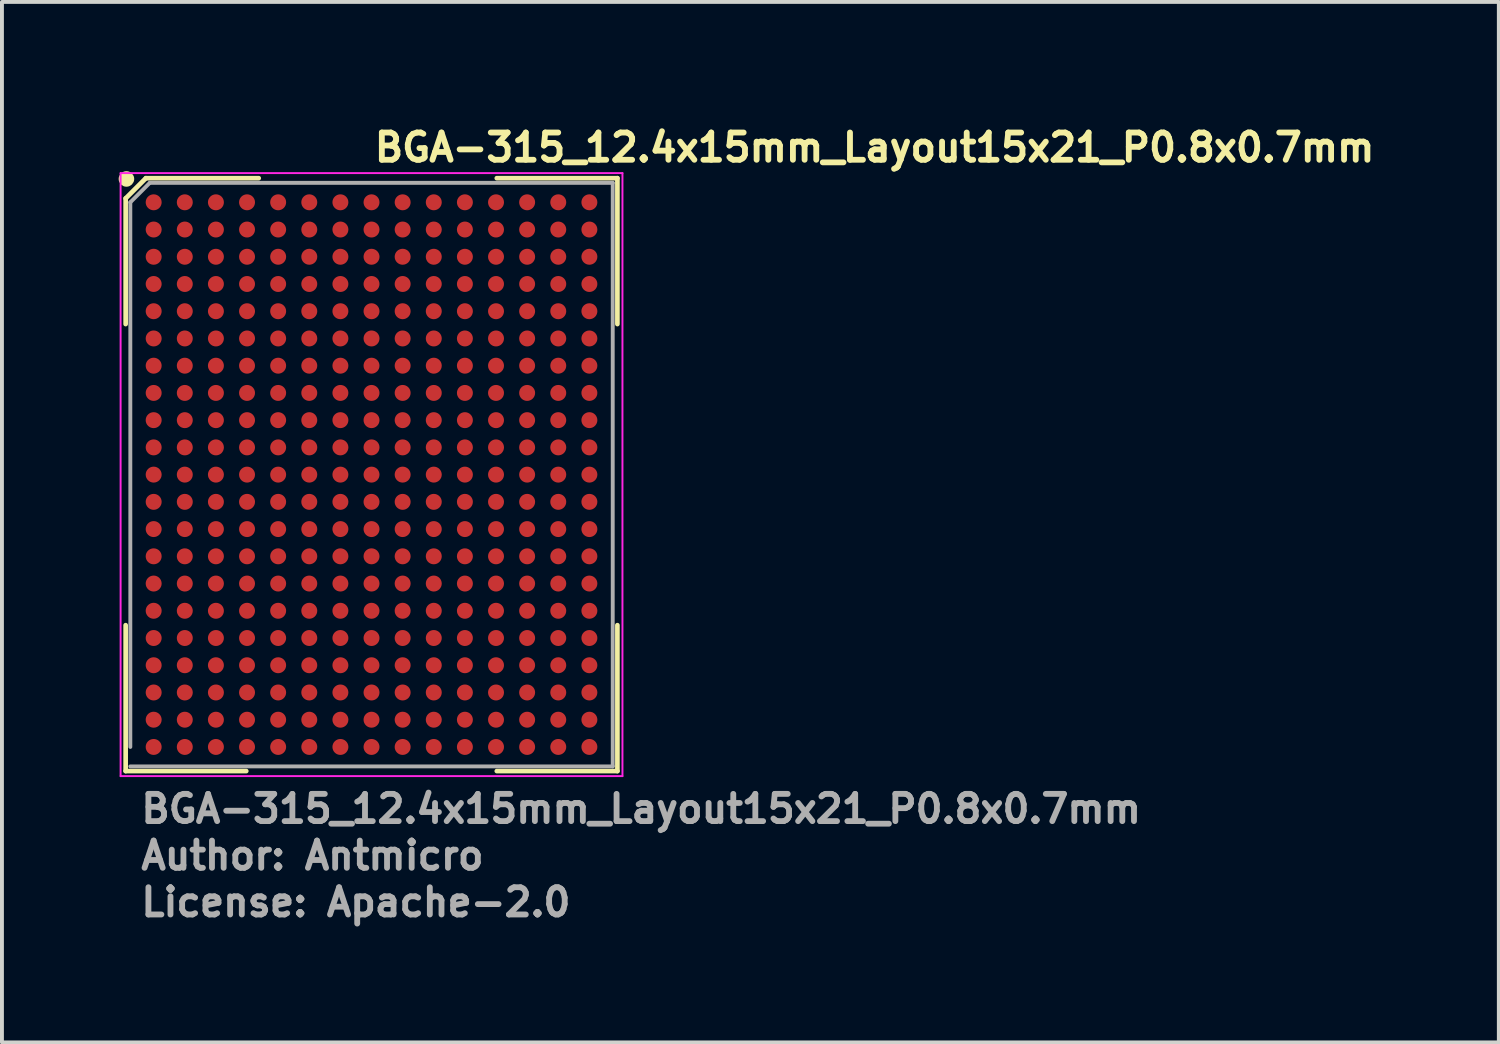
<source format=kicad_pcb>
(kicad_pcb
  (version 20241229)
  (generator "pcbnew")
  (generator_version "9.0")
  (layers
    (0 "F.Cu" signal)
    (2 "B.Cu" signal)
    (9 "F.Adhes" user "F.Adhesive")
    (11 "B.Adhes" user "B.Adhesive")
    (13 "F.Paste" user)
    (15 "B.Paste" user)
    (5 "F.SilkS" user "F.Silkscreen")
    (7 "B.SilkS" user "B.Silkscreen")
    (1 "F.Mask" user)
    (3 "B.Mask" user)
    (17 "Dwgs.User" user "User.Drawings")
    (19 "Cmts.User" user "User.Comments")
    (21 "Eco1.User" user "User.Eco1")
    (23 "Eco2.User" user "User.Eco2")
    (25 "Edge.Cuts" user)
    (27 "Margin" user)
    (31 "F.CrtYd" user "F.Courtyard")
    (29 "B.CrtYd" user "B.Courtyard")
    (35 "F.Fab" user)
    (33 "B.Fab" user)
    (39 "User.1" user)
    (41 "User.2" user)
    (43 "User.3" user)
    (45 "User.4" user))
  (footprint "BGA-315_12.4x15mm_Layout15x21_P0.8x0.7mm"
    (layer "F.Cu")
    (at 6.5 9.15)
    (property "Reference" "BGA-315_12.4x15mm_Layout15x21_P0.8x0.7mm" (at 0 -8 0) (layer "F.SilkS") (effects (font (size 0.7 0.7) (thickness 0.15)) (justify left bottom)))
    (attr smd)
    (fp_line (start -6.32 -7.1) (end -6.32 -3.87) (stroke (width 0.12) (type solid)) (layer "F.SilkS"))
    (fp_line (start -6.32 7.62) (end -6.32 3.87) (stroke (width 0.12) (type solid)) (layer "F.SilkS"))
    (fp_line (start -5.8 -7.62) (end -6.32 -7.1) (stroke (width 0.12) (type solid)) (layer "F.SilkS"))
    (fp_line (start -3.22 7.62) (end -6.32 7.62) (stroke (width 0.12) (type solid)) (layer "F.SilkS"))
    (fp_line (start -2.9 -7.62) (end -5.8 -7.62) (stroke (width 0.12) (type solid)) (layer "F.SilkS"))
    (fp_line (start 3.22 -7.62) (end 6.32 -7.62) (stroke (width 0.12) (type solid)) (layer "F.SilkS"))
    (fp_line (start 3.22 7.62) (end 6.32 7.62) (stroke (width 0.12) (type solid)) (layer "F.SilkS"))
    (fp_line (start 6.32 -7.62) (end 6.32 -3.87) (stroke (width 0.12) (type solid)) (layer "F.SilkS"))
    (fp_line (start 6.32 7.62) (end 6.32 3.87) (stroke (width 0.12) (type solid)) (layer "F.SilkS"))
    (fp_circle (center -6.3 -7.6) (end -6.3 -7.5) (stroke (width 0.2) (type solid)) (fill no) (layer "F.SilkS"))
    (fp_line (start -6.45 -7.75) (end 6.45 -7.75) (stroke (width 0.05) (type solid)) (layer "F.CrtYd"))
    (fp_line (start -6.45 7.75) (end -6.45 -7.75) (stroke (width 0.05) (type solid)) (layer "F.CrtYd"))
    (fp_line (start 6.45 -7.75) (end 6.45 7.75) (stroke (width 0.05) (type solid)) (layer "F.CrtYd"))
    (fp_line (start 6.45 7.75) (end -6.45 7.75) (stroke (width 0.05) (type solid)) (layer "F.CrtYd"))
    (fp_line (start -6.2 -7) (end -6.2 7) (stroke (width 0.1) (type solid)) (layer "F.Fab"))
    (fp_line (start -6.2 7.5) (end 6.2 7.5) (stroke (width 0.1) (type solid)) (layer "F.Fab"))
    (fp_line (start -5.7 -7.5) (end -6.2 -7) (stroke (width 0.1) (type solid)) (layer "F.Fab"))
    (fp_line (start 6.2 -7.5) (end -5.7 -7.5) (stroke (width 0.1) (type solid)) (layer "F.Fab"))
    (fp_line (start 6.2 7.5) (end 6.2 -7.5) (stroke (width 0.1) (type solid)) (layer "F.Fab"))
    (fp_line (start -6.2 -7.5) (end -6.2 7.5) (stroke (width 0.01) (type solid)) (layer "User.9"))
    (fp_line (start -6.2 -7.5) (end 6.2 -7.5) (stroke (width 0.01) (type solid)) (layer "User.9"))
    (fp_line (start -6.2 7.5) (end 6.2 7.5) (stroke (width 0.01) (type solid)) (layer "User.9"))
    (fp_line (start 6.2 -7.5) (end 6.2 7.5) (stroke (width 0.01) (type solid)) (layer "User.9"))
    (fp_text user "License: Apache-2.0" (at -6 11.4 0) (layer "F.Fab") (effects (font (size 0.7 0.7) (thickness 0.15)) (justify left bottom)))
    (fp_text user "Author: Antmicro" (at -6 10.2 0) (layer "F.Fab") (effects (font (size 0.7 0.7) (thickness 0.15)) (justify left bottom)))
    (fp_text user "${REFERENCE}" (at -6 9 0) (layer "F.Fab") (effects (font (size 0.7 0.7) (thickness 0.15)) (justify left bottom)))
    (pad "A1" smd circle (at -5.6 -7) (size 0.41 0.41) (layers "F.Cu" "F.Mask" "F.Paste"))
    (pad "A2" smd circle (at -4.8 -7) (size 0.41 0.41) (layers "F.Cu" "F.Mask" "F.Paste"))
    (pad "A3" smd circle (at -4 -7) (size 0.41 0.41) (layers "F.Cu" "F.Mask" "F.Paste"))
    (pad "A4" smd circle (at -3.2 -7) (size 0.41 0.41) (layers "F.Cu" "F.Mask" "F.Paste"))
    (pad "A5" smd circle (at -2.4 -7) (size 0.41 0.41) (layers "F.Cu" "F.Mask" "F.Paste"))
    (pad "A6" smd circle (at -1.6 -7) (size 0.41 0.41) (layers "F.Cu" "F.Mask" "F.Paste"))
    (pad "A7" smd circle (at -0.8 -7) (size 0.41 0.41) (layers "F.Cu" "F.Mask" "F.Paste"))
    (pad "A8" smd circle (at 0 -7) (size 0.41 0.41) (layers "F.Cu" "F.Mask" "F.Paste"))
    (pad "A9" smd circle (at 0.8 -7) (size 0.41 0.41) (layers "F.Cu" "F.Mask" "F.Paste"))
    (pad "A10" smd circle (at 1.6 -7) (size 0.41 0.41) (layers "F.Cu" "F.Mask" "F.Paste"))
    (pad "A11" smd circle (at 2.4 -7) (size 0.41 0.41) (layers "F.Cu" "F.Mask" "F.Paste"))
    (pad "A12" smd circle (at 3.2 -7) (size 0.41 0.41) (layers "F.Cu" "F.Mask" "F.Paste"))
    (pad "A13" smd circle (at 4 -7) (size 0.41 0.41) (layers "F.Cu" "F.Mask" "F.Paste"))
    (pad "A14" smd circle (at 4.8 -7) (size 0.41 0.41) (layers "F.Cu" "F.Mask" "F.Paste"))
    (pad "A15" smd circle (at 5.6 -7) (size 0.41 0.41) (layers "F.Cu" "F.Mask" "F.Paste"))
    (pad "AA1" smd circle (at -5.6 7) (size 0.41 0.41) (layers "F.Cu" "F.Mask" "F.Paste"))
    (pad "AA2" smd circle (at -4.8 7) (size 0.41 0.41) (layers "F.Cu" "F.Mask" "F.Paste"))
    (pad "AA3" smd circle (at -4 7) (size 0.41 0.41) (layers "F.Cu" "F.Mask" "F.Paste"))
    (pad "AA4" smd circle (at -3.2 7) (size 0.41 0.41) (layers "F.Cu" "F.Mask" "F.Paste"))
    (pad "AA5" smd circle (at -2.4 7) (size 0.41 0.41) (layers "F.Cu" "F.Mask" "F.Paste"))
    (pad "AA6" smd circle (at -1.6 7) (size 0.41 0.41) (layers "F.Cu" "F.Mask" "F.Paste"))
    (pad "AA7" smd circle (at -0.8 7) (size 0.41 0.41) (layers "F.Cu" "F.Mask" "F.Paste"))
    (pad "AA8" smd circle (at 0 7) (size 0.41 0.41) (layers "F.Cu" "F.Mask" "F.Paste"))
    (pad "AA9" smd circle (at 0.8 7) (size 0.41 0.41) (layers "F.Cu" "F.Mask" "F.Paste"))
    (pad "AA10" smd circle (at 1.6 7) (size 0.41 0.41) (layers "F.Cu" "F.Mask" "F.Paste"))
    (pad "AA11" smd circle (at 2.4 7) (size 0.41 0.41) (layers "F.Cu" "F.Mask" "F.Paste"))
    (pad "AA12" smd circle (at 3.2 7) (size 0.41 0.41) (layers "F.Cu" "F.Mask" "F.Paste"))
    (pad "AA13" smd circle (at 4 7) (size 0.41 0.41) (layers "F.Cu" "F.Mask" "F.Paste"))
    (pad "AA14" smd circle (at 4.8 7) (size 0.41 0.41) (layers "F.Cu" "F.Mask" "F.Paste"))
    (pad "AA15" smd circle (at 5.6 7) (size 0.41 0.41) (layers "F.Cu" "F.Mask" "F.Paste"))
    (pad "B1" smd circle (at -5.6 -6.3) (size 0.41 0.41) (layers "F.Cu" "F.Mask" "F.Paste"))
    (pad "B2" smd circle (at -4.8 -6.3) (size 0.41 0.41) (layers "F.Cu" "F.Mask" "F.Paste"))
    (pad "B3" smd circle (at -4 -6.3) (size 0.41 0.41) (layers "F.Cu" "F.Mask" "F.Paste"))
    (pad "B4" smd circle (at -3.2 -6.3) (size 0.41 0.41) (layers "F.Cu" "F.Mask" "F.Paste"))
    (pad "B5" smd circle (at -2.4 -6.3) (size 0.41 0.41) (layers "F.Cu" "F.Mask" "F.Paste"))
    (pad "B6" smd circle (at -1.6 -6.3) (size 0.41 0.41) (layers "F.Cu" "F.Mask" "F.Paste"))
    (pad "B7" smd circle (at -0.8 -6.3) (size 0.41 0.41) (layers "F.Cu" "F.Mask" "F.Paste"))
    (pad "B8" smd circle (at 0 -6.3) (size 0.41 0.41) (layers "F.Cu" "F.Mask" "F.Paste"))
    (pad "B9" smd circle (at 0.8 -6.3) (size 0.41 0.41) (layers "F.Cu" "F.Mask" "F.Paste"))
    (pad "B10" smd circle (at 1.6 -6.3) (size 0.41 0.41) (layers "F.Cu" "F.Mask" "F.Paste"))
    (pad "B11" smd circle (at 2.4 -6.3) (size 0.41 0.41) (layers "F.Cu" "F.Mask" "F.Paste"))
    (pad "B12" smd circle (at 3.2 -6.3) (size 0.41 0.41) (layers "F.Cu" "F.Mask" "F.Paste"))
    (pad "B13" smd circle (at 4 -6.3) (size 0.41 0.41) (layers "F.Cu" "F.Mask" "F.Paste"))
    (pad "B14" smd circle (at 4.8 -6.3) (size 0.41 0.41) (layers "F.Cu" "F.Mask" "F.Paste"))
    (pad "B15" smd circle (at 5.6 -6.3) (size 0.41 0.41) (layers "F.Cu" "F.Mask" "F.Paste"))
    (pad "C1" smd circle (at -5.6 -5.6) (size 0.41 0.41) (layers "F.Cu" "F.Mask" "F.Paste"))
    (pad "C2" smd circle (at -4.8 -5.6) (size 0.41 0.41) (layers "F.Cu" "F.Mask" "F.Paste"))
    (pad "C3" smd circle (at -4 -5.6) (size 0.41 0.41) (layers "F.Cu" "F.Mask" "F.Paste"))
    (pad "C4" smd circle (at -3.2 -5.6) (size 0.41 0.41) (layers "F.Cu" "F.Mask" "F.Paste"))
    (pad "C5" smd circle (at -2.4 -5.6) (size 0.41 0.41) (layers "F.Cu" "F.Mask" "F.Paste"))
    (pad "C6" smd circle (at -1.6 -5.6) (size 0.41 0.41) (layers "F.Cu" "F.Mask" "F.Paste"))
    (pad "C7" smd circle (at -0.8 -5.6) (size 0.41 0.41) (layers "F.Cu" "F.Mask" "F.Paste"))
    (pad "C8" smd circle (at 0 -5.6) (size 0.41 0.41) (layers "F.Cu" "F.Mask" "F.Paste"))
    (pad "C9" smd circle (at 0.8 -5.6) (size 0.41 0.41) (layers "F.Cu" "F.Mask" "F.Paste"))
    (pad "C10" smd circle (at 1.6 -5.6) (size 0.41 0.41) (layers "F.Cu" "F.Mask" "F.Paste"))
    (pad "C11" smd circle (at 2.4 -5.6) (size 0.41 0.41) (layers "F.Cu" "F.Mask" "F.Paste"))
    (pad "C12" smd circle (at 3.2 -5.6) (size 0.41 0.41) (layers "F.Cu" "F.Mask" "F.Paste"))
    (pad "C13" smd circle (at 4 -5.6) (size 0.41 0.41) (layers "F.Cu" "F.Mask" "F.Paste"))
    (pad "C14" smd circle (at 4.8 -5.6) (size 0.41 0.41) (layers "F.Cu" "F.Mask" "F.Paste"))
    (pad "C15" smd circle (at 5.6 -5.6) (size 0.41 0.41) (layers "F.Cu" "F.Mask" "F.Paste"))
    (pad "D1" smd circle (at -5.6 -4.9) (size 0.41 0.41) (layers "F.Cu" "F.Mask" "F.Paste"))
    (pad "D2" smd circle (at -4.8 -4.9) (size 0.41 0.41) (layers "F.Cu" "F.Mask" "F.Paste"))
    (pad "D3" smd circle (at -4 -4.9) (size 0.41 0.41) (layers "F.Cu" "F.Mask" "F.Paste"))
    (pad "D4" smd circle (at -3.2 -4.9) (size 0.41 0.41) (layers "F.Cu" "F.Mask" "F.Paste"))
    (pad "D5" smd circle (at -2.4 -4.9) (size 0.41 0.41) (layers "F.Cu" "F.Mask" "F.Paste"))
    (pad "D6" smd circle (at -1.6 -4.9) (size 0.41 0.41) (layers "F.Cu" "F.Mask" "F.Paste"))
    (pad "D7" smd circle (at -0.8 -4.9) (size 0.41 0.41) (layers "F.Cu" "F.Mask" "F.Paste"))
    (pad "D8" smd circle (at 0 -4.9) (size 0.41 0.41) (layers "F.Cu" "F.Mask" "F.Paste"))
    (pad "D9" smd circle (at 0.8 -4.9) (size 0.41 0.41) (layers "F.Cu" "F.Mask" "F.Paste"))
    (pad "D10" smd circle (at 1.6 -4.9) (size 0.41 0.41) (layers "F.Cu" "F.Mask" "F.Paste"))
    (pad "D11" smd circle (at 2.4 -4.9) (size 0.41 0.41) (layers "F.Cu" "F.Mask" "F.Paste"))
    (pad "D12" smd circle (at 3.2 -4.9) (size 0.41 0.41) (layers "F.Cu" "F.Mask" "F.Paste"))
    (pad "D13" smd circle (at 4 -4.9) (size 0.41 0.41) (layers "F.Cu" "F.Mask" "F.Paste"))
    (pad "D14" smd circle (at 4.8 -4.9) (size 0.41 0.41) (layers "F.Cu" "F.Mask" "F.Paste"))
    (pad "D15" smd circle (at 5.6 -4.9) (size 0.41 0.41) (layers "F.Cu" "F.Mask" "F.Paste"))
    (pad "E1" smd circle (at -5.6 -4.2) (size 0.41 0.41) (layers "F.Cu" "F.Mask" "F.Paste"))
    (pad "E2" smd circle (at -4.8 -4.2) (size 0.41 0.41) (layers "F.Cu" "F.Mask" "F.Paste"))
    (pad "E3" smd circle (at -4 -4.2) (size 0.41 0.41) (layers "F.Cu" "F.Mask" "F.Paste"))
    (pad "E4" smd circle (at -3.2 -4.2) (size 0.41 0.41) (layers "F.Cu" "F.Mask" "F.Paste"))
    (pad "E5" smd circle (at -2.4 -4.2) (size 0.41 0.41) (layers "F.Cu" "F.Mask" "F.Paste"))
    (pad "E6" smd circle (at -1.6 -4.2) (size 0.41 0.41) (layers "F.Cu" "F.Mask" "F.Paste"))
    (pad "E7" smd circle (at -0.8 -4.2) (size 0.41 0.41) (layers "F.Cu" "F.Mask" "F.Paste"))
    (pad "E8" smd circle (at 0 -4.2) (size 0.41 0.41) (layers "F.Cu" "F.Mask" "F.Paste"))
    (pad "E9" smd circle (at 0.8 -4.2) (size 0.41 0.41) (layers "F.Cu" "F.Mask" "F.Paste"))
    (pad "E10" smd circle (at 1.6 -4.2) (size 0.41 0.41) (layers "F.Cu" "F.Mask" "F.Paste"))
    (pad "E11" smd circle (at 2.4 -4.2) (size 0.41 0.41) (layers "F.Cu" "F.Mask" "F.Paste"))
    (pad "E12" smd circle (at 3.2 -4.2) (size 0.41 0.41) (layers "F.Cu" "F.Mask" "F.Paste"))
    (pad "E13" smd circle (at 4 -4.2) (size 0.41 0.41) (layers "F.Cu" "F.Mask" "F.Paste"))
    (pad "E14" smd circle (at 4.8 -4.2) (size 0.41 0.41) (layers "F.Cu" "F.Mask" "F.Paste"))
    (pad "E15" smd circle (at 5.6 -4.2) (size 0.41 0.41) (layers "F.Cu" "F.Mask" "F.Paste"))
    (pad "F1" smd circle (at -5.6 -3.5) (size 0.41 0.41) (layers "F.Cu" "F.Mask" "F.Paste"))
    (pad "F2" smd circle (at -4.8 -3.5) (size 0.41 0.41) (layers "F.Cu" "F.Mask" "F.Paste"))
    (pad "F3" smd circle (at -4 -3.5) (size 0.41 0.41) (layers "F.Cu" "F.Mask" "F.Paste"))
    (pad "F4" smd circle (at -3.2 -3.5) (size 0.41 0.41) (layers "F.Cu" "F.Mask" "F.Paste"))
    (pad "F5" smd circle (at -2.4 -3.5) (size 0.41 0.41) (layers "F.Cu" "F.Mask" "F.Paste"))
    (pad "F6" smd circle (at -1.6 -3.5) (size 0.41 0.41) (layers "F.Cu" "F.Mask" "F.Paste"))
    (pad "F7" smd circle (at -0.8 -3.5) (size 0.41 0.41) (layers "F.Cu" "F.Mask" "F.Paste"))
    (pad "F8" smd circle (at 0 -3.5) (size 0.41 0.41) (layers "F.Cu" "F.Mask" "F.Paste"))
    (pad "F9" smd circle (at 0.8 -3.5) (size 0.41 0.41) (layers "F.Cu" "F.Mask" "F.Paste"))
    (pad "F10" smd circle (at 1.6 -3.5) (size 0.41 0.41) (layers "F.Cu" "F.Mask" "F.Paste"))
    (pad "F11" smd circle (at 2.4 -3.5) (size 0.41 0.41) (layers "F.Cu" "F.Mask" "F.Paste"))
    (pad "F12" smd circle (at 3.2 -3.5) (size 0.41 0.41) (layers "F.Cu" "F.Mask" "F.Paste"))
    (pad "F13" smd circle (at 4 -3.5) (size 0.41 0.41) (layers "F.Cu" "F.Mask" "F.Paste"))
    (pad "F14" smd circle (at 4.8 -3.5) (size 0.41 0.41) (layers "F.Cu" "F.Mask" "F.Paste"))
    (pad "F15" smd circle (at 5.6 -3.5) (size 0.41 0.41) (layers "F.Cu" "F.Mask" "F.Paste"))
    (pad "G1" smd circle (at -5.6 -2.8) (size 0.41 0.41) (layers "F.Cu" "F.Mask" "F.Paste"))
    (pad "G2" smd circle (at -4.8 -2.8) (size 0.41 0.41) (layers "F.Cu" "F.Mask" "F.Paste"))
    (pad "G3" smd circle (at -4 -2.8) (size 0.41 0.41) (layers "F.Cu" "F.Mask" "F.Paste"))
    (pad "G4" smd circle (at -3.2 -2.8) (size 0.41 0.41) (layers "F.Cu" "F.Mask" "F.Paste"))
    (pad "G5" smd circle (at -2.4 -2.8) (size 0.41 0.41) (layers "F.Cu" "F.Mask" "F.Paste"))
    (pad "G6" smd circle (at -1.6 -2.8) (size 0.41 0.41) (layers "F.Cu" "F.Mask" "F.Paste"))
    (pad "G7" smd circle (at -0.8 -2.8) (size 0.41 0.41) (layers "F.Cu" "F.Mask" "F.Paste"))
    (pad "G8" smd circle (at 0 -2.8) (size 0.41 0.41) (layers "F.Cu" "F.Mask" "F.Paste"))
    (pad "G9" smd circle (at 0.8 -2.8) (size 0.41 0.41) (layers "F.Cu" "F.Mask" "F.Paste"))
    (pad "G10" smd circle (at 1.6 -2.8) (size 0.41 0.41) (layers "F.Cu" "F.Mask" "F.Paste"))
    (pad "G11" smd circle (at 2.4 -2.8) (size 0.41 0.41) (layers "F.Cu" "F.Mask" "F.Paste"))
    (pad "G12" smd circle (at 3.2 -2.8) (size 0.41 0.41) (layers "F.Cu" "F.Mask" "F.Paste"))
    (pad "G13" smd circle (at 4 -2.8) (size 0.41 0.41) (layers "F.Cu" "F.Mask" "F.Paste"))
    (pad "G14" smd circle (at 4.8 -2.8) (size 0.41 0.41) (layers "F.Cu" "F.Mask" "F.Paste"))
    (pad "G15" smd circle (at 5.6 -2.8) (size 0.41 0.41) (layers "F.Cu" "F.Mask" "F.Paste"))
    (pad "H1" smd circle (at -5.6 -2.1) (size 0.41 0.41) (layers "F.Cu" "F.Mask" "F.Paste"))
    (pad "H2" smd circle (at -4.8 -2.1) (size 0.41 0.41) (layers "F.Cu" "F.Mask" "F.Paste"))
    (pad "H3" smd circle (at -4 -2.1) (size 0.41 0.41) (layers "F.Cu" "F.Mask" "F.Paste"))
    (pad "H4" smd circle (at -3.2 -2.1) (size 0.41 0.41) (layers "F.Cu" "F.Mask" "F.Paste"))
    (pad "H5" smd circle (at -2.4 -2.1) (size 0.41 0.41) (layers "F.Cu" "F.Mask" "F.Paste"))
    (pad "H6" smd circle (at -1.6 -2.1) (size 0.41 0.41) (layers "F.Cu" "F.Mask" "F.Paste"))
    (pad "H7" smd circle (at -0.8 -2.1) (size 0.41 0.41) (layers "F.Cu" "F.Mask" "F.Paste"))
    (pad "H8" smd circle (at 0 -2.1) (size 0.41 0.41) (layers "F.Cu" "F.Mask" "F.Paste"))
    (pad "H9" smd circle (at 0.8 -2.1) (size 0.41 0.41) (layers "F.Cu" "F.Mask" "F.Paste"))
    (pad "H10" smd circle (at 1.6 -2.1) (size 0.41 0.41) (layers "F.Cu" "F.Mask" "F.Paste"))
    (pad "H11" smd circle (at 2.4 -2.1) (size 0.41 0.41) (layers "F.Cu" "F.Mask" "F.Paste"))
    (pad "H12" smd circle (at 3.2 -2.1) (size 0.41 0.41) (layers "F.Cu" "F.Mask" "F.Paste"))
    (pad "H13" smd circle (at 4 -2.1) (size 0.41 0.41) (layers "F.Cu" "F.Mask" "F.Paste"))
    (pad "H14" smd circle (at 4.8 -2.1) (size 0.41 0.41) (layers "F.Cu" "F.Mask" "F.Paste"))
    (pad "H15" smd circle (at 5.6 -2.1) (size 0.41 0.41) (layers "F.Cu" "F.Mask" "F.Paste"))
    (pad "J1" smd circle (at -5.6 -1.4) (size 0.41 0.41) (layers "F.Cu" "F.Mask" "F.Paste"))
    (pad "J2" smd circle (at -4.8 -1.4) (size 0.41 0.41) (layers "F.Cu" "F.Mask" "F.Paste"))
    (pad "J3" smd circle (at -4 -1.4) (size 0.41 0.41) (layers "F.Cu" "F.Mask" "F.Paste"))
    (pad "J4" smd circle (at -3.2 -1.4) (size 0.41 0.41) (layers "F.Cu" "F.Mask" "F.Paste"))
    (pad "J5" smd circle (at -2.4 -1.4) (size 0.41 0.41) (layers "F.Cu" "F.Mask" "F.Paste"))
    (pad "J6" smd circle (at -1.6 -1.4) (size 0.41 0.41) (layers "F.Cu" "F.Mask" "F.Paste"))
    (pad "J7" smd circle (at -0.8 -1.4) (size 0.41 0.41) (layers "F.Cu" "F.Mask" "F.Paste"))
    (pad "J8" smd circle (at 0 -1.4) (size 0.41 0.41) (layers "F.Cu" "F.Mask" "F.Paste"))
    (pad "J9" smd circle (at 0.8 -1.4) (size 0.41 0.41) (layers "F.Cu" "F.Mask" "F.Paste"))
    (pad "J10" smd circle (at 1.6 -1.4) (size 0.41 0.41) (layers "F.Cu" "F.Mask" "F.Paste"))
    (pad "J11" smd circle (at 2.4 -1.4) (size 0.41 0.41) (layers "F.Cu" "F.Mask" "F.Paste"))
    (pad "J12" smd circle (at 3.2 -1.4) (size 0.41 0.41) (layers "F.Cu" "F.Mask" "F.Paste"))
    (pad "J13" smd circle (at 4 -1.4) (size 0.41 0.41) (layers "F.Cu" "F.Mask" "F.Paste"))
    (pad "J14" smd circle (at 4.8 -1.4) (size 0.41 0.41) (layers "F.Cu" "F.Mask" "F.Paste"))
    (pad "J15" smd circle (at 5.6 -1.4) (size 0.41 0.41) (layers "F.Cu" "F.Mask" "F.Paste"))
    (pad "K1" smd circle (at -5.6 -0.7) (size 0.41 0.41) (layers "F.Cu" "F.Mask" "F.Paste"))
    (pad "K2" smd circle (at -4.8 -0.7) (size 0.41 0.41) (layers "F.Cu" "F.Mask" "F.Paste"))
    (pad "K3" smd circle (at -4 -0.7) (size 0.41 0.41) (layers "F.Cu" "F.Mask" "F.Paste"))
    (pad "K4" smd circle (at -3.2 -0.7) (size 0.41 0.41) (layers "F.Cu" "F.Mask" "F.Paste"))
    (pad "K5" smd circle (at -2.4 -0.7) (size 0.41 0.41) (layers "F.Cu" "F.Mask" "F.Paste"))
    (pad "K6" smd circle (at -1.6 -0.7) (size 0.41 0.41) (layers "F.Cu" "F.Mask" "F.Paste"))
    (pad "K7" smd circle (at -0.8 -0.7) (size 0.41 0.41) (layers "F.Cu" "F.Mask" "F.Paste"))
    (pad "K8" smd circle (at 0 -0.7) (size 0.41 0.41) (layers "F.Cu" "F.Mask" "F.Paste"))
    (pad "K9" smd circle (at 0.8 -0.7) (size 0.41 0.41) (layers "F.Cu" "F.Mask" "F.Paste"))
    (pad "K10" smd circle (at 1.6 -0.7) (size 0.41 0.41) (layers "F.Cu" "F.Mask" "F.Paste"))
    (pad "K11" smd circle (at 2.4 -0.7) (size 0.41 0.41) (layers "F.Cu" "F.Mask" "F.Paste"))
    (pad "K12" smd circle (at 3.2 -0.7) (size 0.41 0.41) (layers "F.Cu" "F.Mask" "F.Paste"))
    (pad "K13" smd circle (at 4 -0.7) (size 0.41 0.41) (layers "F.Cu" "F.Mask" "F.Paste"))
    (pad "K14" smd circle (at 4.8 -0.7) (size 0.41 0.41) (layers "F.Cu" "F.Mask" "F.Paste"))
    (pad "K15" smd circle (at 5.6 -0.7) (size 0.41 0.41) (layers "F.Cu" "F.Mask" "F.Paste"))
    (pad "L1" smd circle (at -5.6 0) (size 0.41 0.41) (layers "F.Cu" "F.Mask" "F.Paste"))
    (pad "L2" smd circle (at -4.8 0) (size 0.41 0.41) (layers "F.Cu" "F.Mask" "F.Paste"))
    (pad "L3" smd circle (at -4 0) (size 0.41 0.41) (layers "F.Cu" "F.Mask" "F.Paste"))
    (pad "L4" smd circle (at -3.2 0) (size 0.41 0.41) (layers "F.Cu" "F.Mask" "F.Paste"))
    (pad "L5" smd circle (at -2.4 0) (size 0.41 0.41) (layers "F.Cu" "F.Mask" "F.Paste"))
    (pad "L6" smd circle (at -1.6 0) (size 0.41 0.41) (layers "F.Cu" "F.Mask" "F.Paste"))
    (pad "L7" smd circle (at -0.8 0) (size 0.41 0.41) (layers "F.Cu" "F.Mask" "F.Paste"))
    (pad "L8" smd circle (at 0 0) (size 0.41 0.41) (layers "F.Cu" "F.Mask" "F.Paste"))
    (pad "L9" smd circle (at 0.8 0) (size 0.41 0.41) (layers "F.Cu" "F.Mask" "F.Paste"))
    (pad "L10" smd circle (at 1.6 0) (size 0.41 0.41) (layers "F.Cu" "F.Mask" "F.Paste"))
    (pad "L11" smd circle (at 2.4 0) (size 0.41 0.41) (layers "F.Cu" "F.Mask" "F.Paste"))
    (pad "L12" smd circle (at 3.2 0) (size 0.41 0.41) (layers "F.Cu" "F.Mask" "F.Paste"))
    (pad "L13" smd circle (at 4 0) (size 0.41 0.41) (layers "F.Cu" "F.Mask" "F.Paste"))
    (pad "L14" smd circle (at 4.8 0) (size 0.41 0.41) (layers "F.Cu" "F.Mask" "F.Paste"))
    (pad "L15" smd circle (at 5.6 0) (size 0.41 0.41) (layers "F.Cu" "F.Mask" "F.Paste"))
    (pad "M1" smd circle (at -5.6 0.7) (size 0.41 0.41) (layers "F.Cu" "F.Mask" "F.Paste"))
    (pad "M2" smd circle (at -4.8 0.7) (size 0.41 0.41) (layers "F.Cu" "F.Mask" "F.Paste"))
    (pad "M3" smd circle (at -4 0.7) (size 0.41 0.41) (layers "F.Cu" "F.Mask" "F.Paste"))
    (pad "M4" smd circle (at -3.2 0.7) (size 0.41 0.41) (layers "F.Cu" "F.Mask" "F.Paste"))
    (pad "M5" smd circle (at -2.4 0.7) (size 0.41 0.41) (layers "F.Cu" "F.Mask" "F.Paste"))
    (pad "M6" smd circle (at -1.6 0.7) (size 0.41 0.41) (layers "F.Cu" "F.Mask" "F.Paste"))
    (pad "M7" smd circle (at -0.8 0.7) (size 0.41 0.41) (layers "F.Cu" "F.Mask" "F.Paste"))
    (pad "M8" smd circle (at 0 0.7) (size 0.41 0.41) (layers "F.Cu" "F.Mask" "F.Paste"))
    (pad "M9" smd circle (at 0.8 0.7) (size 0.41 0.41) (layers "F.Cu" "F.Mask" "F.Paste"))
    (pad "M10" smd circle (at 1.6 0.7) (size 0.41 0.41) (layers "F.Cu" "F.Mask" "F.Paste"))
    (pad "M11" smd circle (at 2.4 0.7) (size 0.41 0.41) (layers "F.Cu" "F.Mask" "F.Paste"))
    (pad "M12" smd circle (at 3.2 0.7) (size 0.41 0.41) (layers "F.Cu" "F.Mask" "F.Paste"))
    (pad "M13" smd circle (at 4 0.7) (size 0.41 0.41) (layers "F.Cu" "F.Mask" "F.Paste"))
    (pad "M14" smd circle (at 4.8 0.7) (size 0.41 0.41) (layers "F.Cu" "F.Mask" "F.Paste"))
    (pad "M15" smd circle (at 5.6 0.7) (size 0.41 0.41) (layers "F.Cu" "F.Mask" "F.Paste"))
    (pad "N1" smd circle (at -5.6 1.4) (size 0.41 0.41) (layers "F.Cu" "F.Mask" "F.Paste"))
    (pad "N2" smd circle (at -4.8 1.4) (size 0.41 0.41) (layers "F.Cu" "F.Mask" "F.Paste"))
    (pad "N3" smd circle (at -4 1.4) (size 0.41 0.41) (layers "F.Cu" "F.Mask" "F.Paste"))
    (pad "N4" smd circle (at -3.2 1.4) (size 0.41 0.41) (layers "F.Cu" "F.Mask" "F.Paste"))
    (pad "N5" smd circle (at -2.4 1.4) (size 0.41 0.41) (layers "F.Cu" "F.Mask" "F.Paste"))
    (pad "N6" smd circle (at -1.6 1.4) (size 0.41 0.41) (layers "F.Cu" "F.Mask" "F.Paste"))
    (pad "N7" smd circle (at -0.8 1.4) (size 0.41 0.41) (layers "F.Cu" "F.Mask" "F.Paste"))
    (pad "N8" smd circle (at 0 1.4) (size 0.41 0.41) (layers "F.Cu" "F.Mask" "F.Paste"))
    (pad "N9" smd circle (at 0.8 1.4) (size 0.41 0.41) (layers "F.Cu" "F.Mask" "F.Paste"))
    (pad "N10" smd circle (at 1.6 1.4) (size 0.41 0.41) (layers "F.Cu" "F.Mask" "F.Paste"))
    (pad "N11" smd circle (at 2.4 1.4) (size 0.41 0.41) (layers "F.Cu" "F.Mask" "F.Paste"))
    (pad "N12" smd circle (at 3.2 1.4) (size 0.41 0.41) (layers "F.Cu" "F.Mask" "F.Paste"))
    (pad "N13" smd circle (at 4 1.4) (size 0.41 0.41) (layers "F.Cu" "F.Mask" "F.Paste"))
    (pad "N14" smd circle (at 4.8 1.4) (size 0.41 0.41) (layers "F.Cu" "F.Mask" "F.Paste"))
    (pad "N15" smd circle (at 5.6 1.4) (size 0.41 0.41) (layers "F.Cu" "F.Mask" "F.Paste"))
    (pad "P1" smd circle (at -5.6 2.1) (size 0.41 0.41) (layers "F.Cu" "F.Mask" "F.Paste"))
    (pad "P2" smd circle (at -4.8 2.1) (size 0.41 0.41) (layers "F.Cu" "F.Mask" "F.Paste"))
    (pad "P3" smd circle (at -4 2.1) (size 0.41 0.41) (layers "F.Cu" "F.Mask" "F.Paste"))
    (pad "P4" smd circle (at -3.2 2.1) (size 0.41 0.41) (layers "F.Cu" "F.Mask" "F.Paste"))
    (pad "P5" smd circle (at -2.4 2.1) (size 0.41 0.41) (layers "F.Cu" "F.Mask" "F.Paste"))
    (pad "P6" smd circle (at -1.6 2.1) (size 0.41 0.41) (layers "F.Cu" "F.Mask" "F.Paste"))
    (pad "P7" smd circle (at -0.8 2.1) (size 0.41 0.41) (layers "F.Cu" "F.Mask" "F.Paste"))
    (pad "P8" smd circle (at 0 2.1) (size 0.41 0.41) (layers "F.Cu" "F.Mask" "F.Paste"))
    (pad "P9" smd circle (at 0.8 2.1) (size 0.41 0.41) (layers "F.Cu" "F.Mask" "F.Paste"))
    (pad "P10" smd circle (at 1.6 2.1) (size 0.41 0.41) (layers "F.Cu" "F.Mask" "F.Paste"))
    (pad "P11" smd circle (at 2.4 2.1) (size 0.41 0.41) (layers "F.Cu" "F.Mask" "F.Paste"))
    (pad "P12" smd circle (at 3.2 2.1) (size 0.41 0.41) (layers "F.Cu" "F.Mask" "F.Paste"))
    (pad "P13" smd circle (at 4 2.1) (size 0.41 0.41) (layers "F.Cu" "F.Mask" "F.Paste"))
    (pad "P14" smd circle (at 4.8 2.1) (size 0.41 0.41) (layers "F.Cu" "F.Mask" "F.Paste"))
    (pad "P15" smd circle (at 5.6 2.1) (size 0.41 0.41) (layers "F.Cu" "F.Mask" "F.Paste"))
    (pad "R1" smd circle (at -5.6 2.8) (size 0.41 0.41) (layers "F.Cu" "F.Mask" "F.Paste"))
    (pad "R2" smd circle (at -4.8 2.8) (size 0.41 0.41) (layers "F.Cu" "F.Mask" "F.Paste"))
    (pad "R3" smd circle (at -4 2.8) (size 0.41 0.41) (layers "F.Cu" "F.Mask" "F.Paste"))
    (pad "R4" smd circle (at -3.2 2.8) (size 0.41 0.41) (layers "F.Cu" "F.Mask" "F.Paste"))
    (pad "R5" smd circle (at -2.4 2.8) (size 0.41 0.41) (layers "F.Cu" "F.Mask" "F.Paste"))
    (pad "R6" smd circle (at -1.6 2.8) (size 0.41 0.41) (layers "F.Cu" "F.Mask" "F.Paste"))
    (pad "R7" smd circle (at -0.8 2.8) (size 0.41 0.41) (layers "F.Cu" "F.Mask" "F.Paste"))
    (pad "R8" smd circle (at 0 2.8) (size 0.41 0.41) (layers "F.Cu" "F.Mask" "F.Paste"))
    (pad "R9" smd circle (at 0.8 2.8) (size 0.41 0.41) (layers "F.Cu" "F.Mask" "F.Paste"))
    (pad "R10" smd circle (at 1.6 2.8) (size 0.41 0.41) (layers "F.Cu" "F.Mask" "F.Paste"))
    (pad "R11" smd circle (at 2.4 2.8) (size 0.41 0.41) (layers "F.Cu" "F.Mask" "F.Paste"))
    (pad "R12" smd circle (at 3.2 2.8) (size 0.41 0.41) (layers "F.Cu" "F.Mask" "F.Paste"))
    (pad "R13" smd circle (at 4 2.8) (size 0.41 0.41) (layers "F.Cu" "F.Mask" "F.Paste"))
    (pad "R14" smd circle (at 4.8 2.8) (size 0.41 0.41) (layers "F.Cu" "F.Mask" "F.Paste"))
    (pad "R15" smd circle (at 5.6 2.8) (size 0.41 0.41) (layers "F.Cu" "F.Mask" "F.Paste"))
    (pad "T1" smd circle (at -5.6 3.5) (size 0.41 0.41) (layers "F.Cu" "F.Mask" "F.Paste"))
    (pad "T2" smd circle (at -4.8 3.5) (size 0.41 0.41) (layers "F.Cu" "F.Mask" "F.Paste"))
    (pad "T3" smd circle (at -4 3.5) (size 0.41 0.41) (layers "F.Cu" "F.Mask" "F.Paste"))
    (pad "T4" smd circle (at -3.2 3.5) (size 0.41 0.41) (layers "F.Cu" "F.Mask" "F.Paste"))
    (pad "T5" smd circle (at -2.4 3.5) (size 0.41 0.41) (layers "F.Cu" "F.Mask" "F.Paste"))
    (pad "T6" smd circle (at -1.6 3.5) (size 0.41 0.41) (layers "F.Cu" "F.Mask" "F.Paste"))
    (pad "T7" smd circle (at -0.8 3.5) (size 0.41 0.41) (layers "F.Cu" "F.Mask" "F.Paste"))
    (pad "T8" smd circle (at 0 3.5) (size 0.41 0.41) (layers "F.Cu" "F.Mask" "F.Paste"))
    (pad "T9" smd circle (at 0.8 3.5) (size 0.41 0.41) (layers "F.Cu" "F.Mask" "F.Paste"))
    (pad "T10" smd circle (at 1.6 3.5) (size 0.41 0.41) (layers "F.Cu" "F.Mask" "F.Paste"))
    (pad "T11" smd circle (at 2.4 3.5) (size 0.41 0.41) (layers "F.Cu" "F.Mask" "F.Paste"))
    (pad "T12" smd circle (at 3.2 3.5) (size 0.41 0.41) (layers "F.Cu" "F.Mask" "F.Paste"))
    (pad "T13" smd circle (at 4 3.5) (size 0.41 0.41) (layers "F.Cu" "F.Mask" "F.Paste"))
    (pad "T14" smd circle (at 4.8 3.5) (size 0.41 0.41) (layers "F.Cu" "F.Mask" "F.Paste"))
    (pad "T15" smd circle (at 5.6 3.5) (size 0.41 0.41) (layers "F.Cu" "F.Mask" "F.Paste"))
    (pad "U1" smd circle (at -5.6 4.2) (size 0.41 0.41) (layers "F.Cu" "F.Mask" "F.Paste"))
    (pad "U2" smd circle (at -4.8 4.2) (size 0.41 0.41) (layers "F.Cu" "F.Mask" "F.Paste"))
    (pad "U3" smd circle (at -4 4.2) (size 0.41 0.41) (layers "F.Cu" "F.Mask" "F.Paste"))
    (pad "U4" smd circle (at -3.2 4.2) (size 0.41 0.41) (layers "F.Cu" "F.Mask" "F.Paste"))
    (pad "U5" smd circle (at -2.4 4.2) (size 0.41 0.41) (layers "F.Cu" "F.Mask" "F.Paste"))
    (pad "U6" smd circle (at -1.6 4.2) (size 0.41 0.41) (layers "F.Cu" "F.Mask" "F.Paste"))
    (pad "U7" smd circle (at -0.8 4.2) (size 0.41 0.41) (layers "F.Cu" "F.Mask" "F.Paste"))
    (pad "U8" smd circle (at 0 4.2) (size 0.41 0.41) (layers "F.Cu" "F.Mask" "F.Paste"))
    (pad "U9" smd circle (at 0.8 4.2) (size 0.41 0.41) (layers "F.Cu" "F.Mask" "F.Paste"))
    (pad "U10" smd circle (at 1.6 4.2) (size 0.41 0.41) (layers "F.Cu" "F.Mask" "F.Paste"))
    (pad "U11" smd circle (at 2.4 4.2) (size 0.41 0.41) (layers "F.Cu" "F.Mask" "F.Paste"))
    (pad "U12" smd circle (at 3.2 4.2) (size 0.41 0.41) (layers "F.Cu" "F.Mask" "F.Paste"))
    (pad "U13" smd circle (at 4 4.2) (size 0.41 0.41) (layers "F.Cu" "F.Mask" "F.Paste"))
    (pad "U14" smd circle (at 4.8 4.2) (size 0.41 0.41) (layers "F.Cu" "F.Mask" "F.Paste"))
    (pad "U15" smd circle (at 5.6 4.2) (size 0.41 0.41) (layers "F.Cu" "F.Mask" "F.Paste"))
    (pad "V1" smd circle (at -5.6 4.9) (size 0.41 0.41) (layers "F.Cu" "F.Mask" "F.Paste"))
    (pad "V2" smd circle (at -4.8 4.9) (size 0.41 0.41) (layers "F.Cu" "F.Mask" "F.Paste"))
    (pad "V3" smd circle (at -4 4.9) (size 0.41 0.41) (layers "F.Cu" "F.Mask" "F.Paste"))
    (pad "V4" smd circle (at -3.2 4.9) (size 0.41 0.41) (layers "F.Cu" "F.Mask" "F.Paste"))
    (pad "V5" smd circle (at -2.4 4.9) (size 0.41 0.41) (layers "F.Cu" "F.Mask" "F.Paste"))
    (pad "V6" smd circle (at -1.6 4.9) (size 0.41 0.41) (layers "F.Cu" "F.Mask" "F.Paste"))
    (pad "V7" smd circle (at -0.8 4.9) (size 0.41 0.41) (layers "F.Cu" "F.Mask" "F.Paste"))
    (pad "V8" smd circle (at 0 4.9) (size 0.41 0.41) (layers "F.Cu" "F.Mask" "F.Paste"))
    (pad "V9" smd circle (at 0.8 4.9) (size 0.41 0.41) (layers "F.Cu" "F.Mask" "F.Paste"))
    (pad "V10" smd circle (at 1.6 4.9) (size 0.41 0.41) (layers "F.Cu" "F.Mask" "F.Paste"))
    (pad "V11" smd circle (at 2.4 4.9) (size 0.41 0.41) (layers "F.Cu" "F.Mask" "F.Paste"))
    (pad "V12" smd circle (at 3.2 4.9) (size 0.41 0.41) (layers "F.Cu" "F.Mask" "F.Paste"))
    (pad "V13" smd circle (at 4 4.9) (size 0.41 0.41) (layers "F.Cu" "F.Mask" "F.Paste"))
    (pad "V14" smd circle (at 4.8 4.9) (size 0.41 0.41) (layers "F.Cu" "F.Mask" "F.Paste"))
    (pad "V15" smd circle (at 5.6 4.9) (size 0.41 0.41) (layers "F.Cu" "F.Mask" "F.Paste"))
    (pad "W1" smd circle (at -5.6 5.6) (size 0.41 0.41) (layers "F.Cu" "F.Mask" "F.Paste"))
    (pad "W2" smd circle (at -4.8 5.6) (size 0.41 0.41) (layers "F.Cu" "F.Mask" "F.Paste"))
    (pad "W3" smd circle (at -4 5.6) (size 0.41 0.41) (layers "F.Cu" "F.Mask" "F.Paste"))
    (pad "W4" smd circle (at -3.2 5.6) (size 0.41 0.41) (layers "F.Cu" "F.Mask" "F.Paste"))
    (pad "W5" smd circle (at -2.4 5.6) (size 0.41 0.41) (layers "F.Cu" "F.Mask" "F.Paste"))
    (pad "W6" smd circle (at -1.6 5.6) (size 0.41 0.41) (layers "F.Cu" "F.Mask" "F.Paste"))
    (pad "W7" smd circle (at -0.8 5.6) (size 0.41 0.41) (layers "F.Cu" "F.Mask" "F.Paste"))
    (pad "W8" smd circle (at 0 5.6) (size 0.41 0.41) (layers "F.Cu" "F.Mask" "F.Paste"))
    (pad "W9" smd circle (at 0.8 5.6) (size 0.41 0.41) (layers "F.Cu" "F.Mask" "F.Paste"))
    (pad "W10" smd circle (at 1.6 5.6) (size 0.41 0.41) (layers "F.Cu" "F.Mask" "F.Paste"))
    (pad "W11" smd circle (at 2.4 5.6) (size 0.41 0.41) (layers "F.Cu" "F.Mask" "F.Paste"))
    (pad "W12" smd circle (at 3.2 5.6) (size 0.41 0.41) (layers "F.Cu" "F.Mask" "F.Paste"))
    (pad "W13" smd circle (at 4 5.6) (size 0.41 0.41) (layers "F.Cu" "F.Mask" "F.Paste"))
    (pad "W14" smd circle (at 4.8 5.6) (size 0.41 0.41) (layers "F.Cu" "F.Mask" "F.Paste"))
    (pad "W15" smd circle (at 5.6 5.6) (size 0.41 0.41) (layers "F.Cu" "F.Mask" "F.Paste"))
    (pad "Y1" smd circle (at -5.6 6.3) (size 0.41 0.41) (layers "F.Cu" "F.Mask" "F.Paste"))
    (pad "Y2" smd circle (at -4.8 6.3) (size 0.41 0.41) (layers "F.Cu" "F.Mask" "F.Paste"))
    (pad "Y3" smd circle (at -4 6.3) (size 0.41 0.41) (layers "F.Cu" "F.Mask" "F.Paste"))
    (pad "Y4" smd circle (at -3.2 6.3) (size 0.41 0.41) (layers "F.Cu" "F.Mask" "F.Paste"))
    (pad "Y5" smd circle (at -2.4 6.3) (size 0.41 0.41) (layers "F.Cu" "F.Mask" "F.Paste"))
    (pad "Y6" smd circle (at -1.6 6.3) (size 0.41 0.41) (layers "F.Cu" "F.Mask" "F.Paste"))
    (pad "Y7" smd circle (at -0.8 6.3) (size 0.41 0.41) (layers "F.Cu" "F.Mask" "F.Paste"))
    (pad "Y8" smd circle (at 0 6.3) (size 0.41 0.41) (layers "F.Cu" "F.Mask" "F.Paste"))
    (pad "Y9" smd circle (at 0.8 6.3) (size 0.41 0.41) (layers "F.Cu" "F.Mask" "F.Paste"))
    (pad "Y10" smd circle (at 1.6 6.3) (size 0.41 0.41) (layers "F.Cu" "F.Mask" "F.Paste"))
    (pad "Y11" smd circle (at 2.4 6.3) (size 0.41 0.41) (layers "F.Cu" "F.Mask" "F.Paste"))
    (pad "Y12" smd circle (at 3.2 6.3) (size 0.41 0.41) (layers "F.Cu" "F.Mask" "F.Paste"))
    (pad "Y13" smd circle (at 4 6.3) (size 0.41 0.41) (layers "F.Cu" "F.Mask" "F.Paste"))
    (pad "Y14" smd circle (at 4.8 6.3) (size 0.41 0.41) (layers "F.Cu" "F.Mask" "F.Paste"))
    (pad "Y15" smd circle (at 5.6 6.3) (size 0.41 0.41) (layers "F.Cu" "F.Mask" "F.Paste")))
  (gr_rect
    (start -3 -3)
    (end 35.477 23.745)
    (stroke (width 0.1) (type default))
    (fill no)
    (layer "Edge.Cuts")))
</source>
